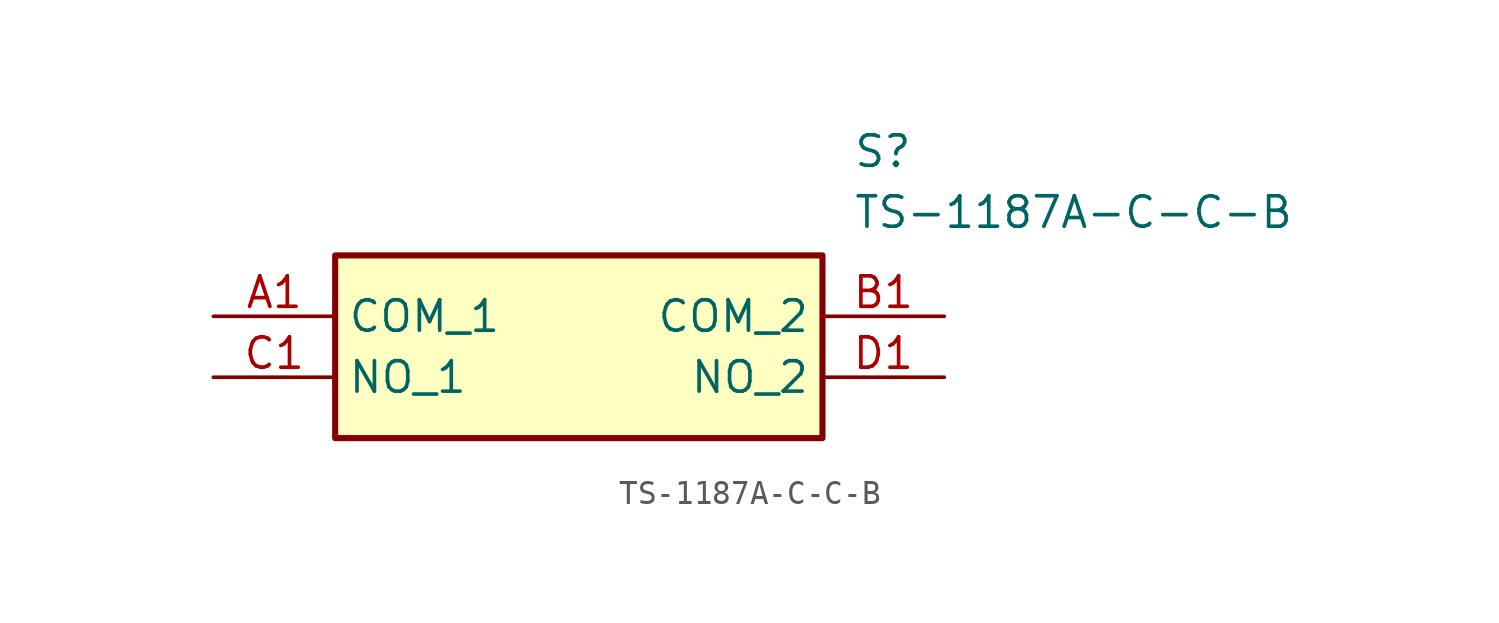
<source format=kicad_sym>
(kicad_symbol_lib
  (version 20211014)
  (generator SamacSys_ECAD_Model)
  (symbol "TS-1187A-C-C-B"
    (property "Reference" "S"
      (at 26.67 7.62 0)
      (effects (font (size 1.27 1.27)) (justify left top)))
    (property "Value" "TS-1187A-C-C-B"
      (at 26.67 5.08 0)
      (effects (font (size 1.27 1.27)) (justify left top)))
    (rectangle
      (start 5.08 2.54)
      (end 25.4 -5.08)
      (stroke (width 0.254) (type default))
      (fill (type background)))
    (pin passive line
      (at 0 0 0)
      (length 5.08)
      (name "COM_1" (effects (font (size 1.27 1.27))))
      (number "A1" (effects (font (size 1.27 1.27)))))
    (pin passive line
      (at 30.48 0 180)
      (length 5.08)
      (name "COM_2" (effects (font (size 1.27 1.27))))
      (number "B1" (effects (font (size 1.27 1.27)))))
    (pin passive line
      (at 0 -2.54 0)
      (length 5.08)
      (name "NO_1" (effects (font (size 1.27 1.27))))
      (number "C1" (effects (font (size 1.27 1.27)))))
    (pin passive line
      (at 30.48 -2.54 180)
      (length 5.08)
      (name "NO_2" (effects (font (size 1.27 1.27))))
      (number "D1" (effects (font (size 1.27 1.27)))))))
</source>
